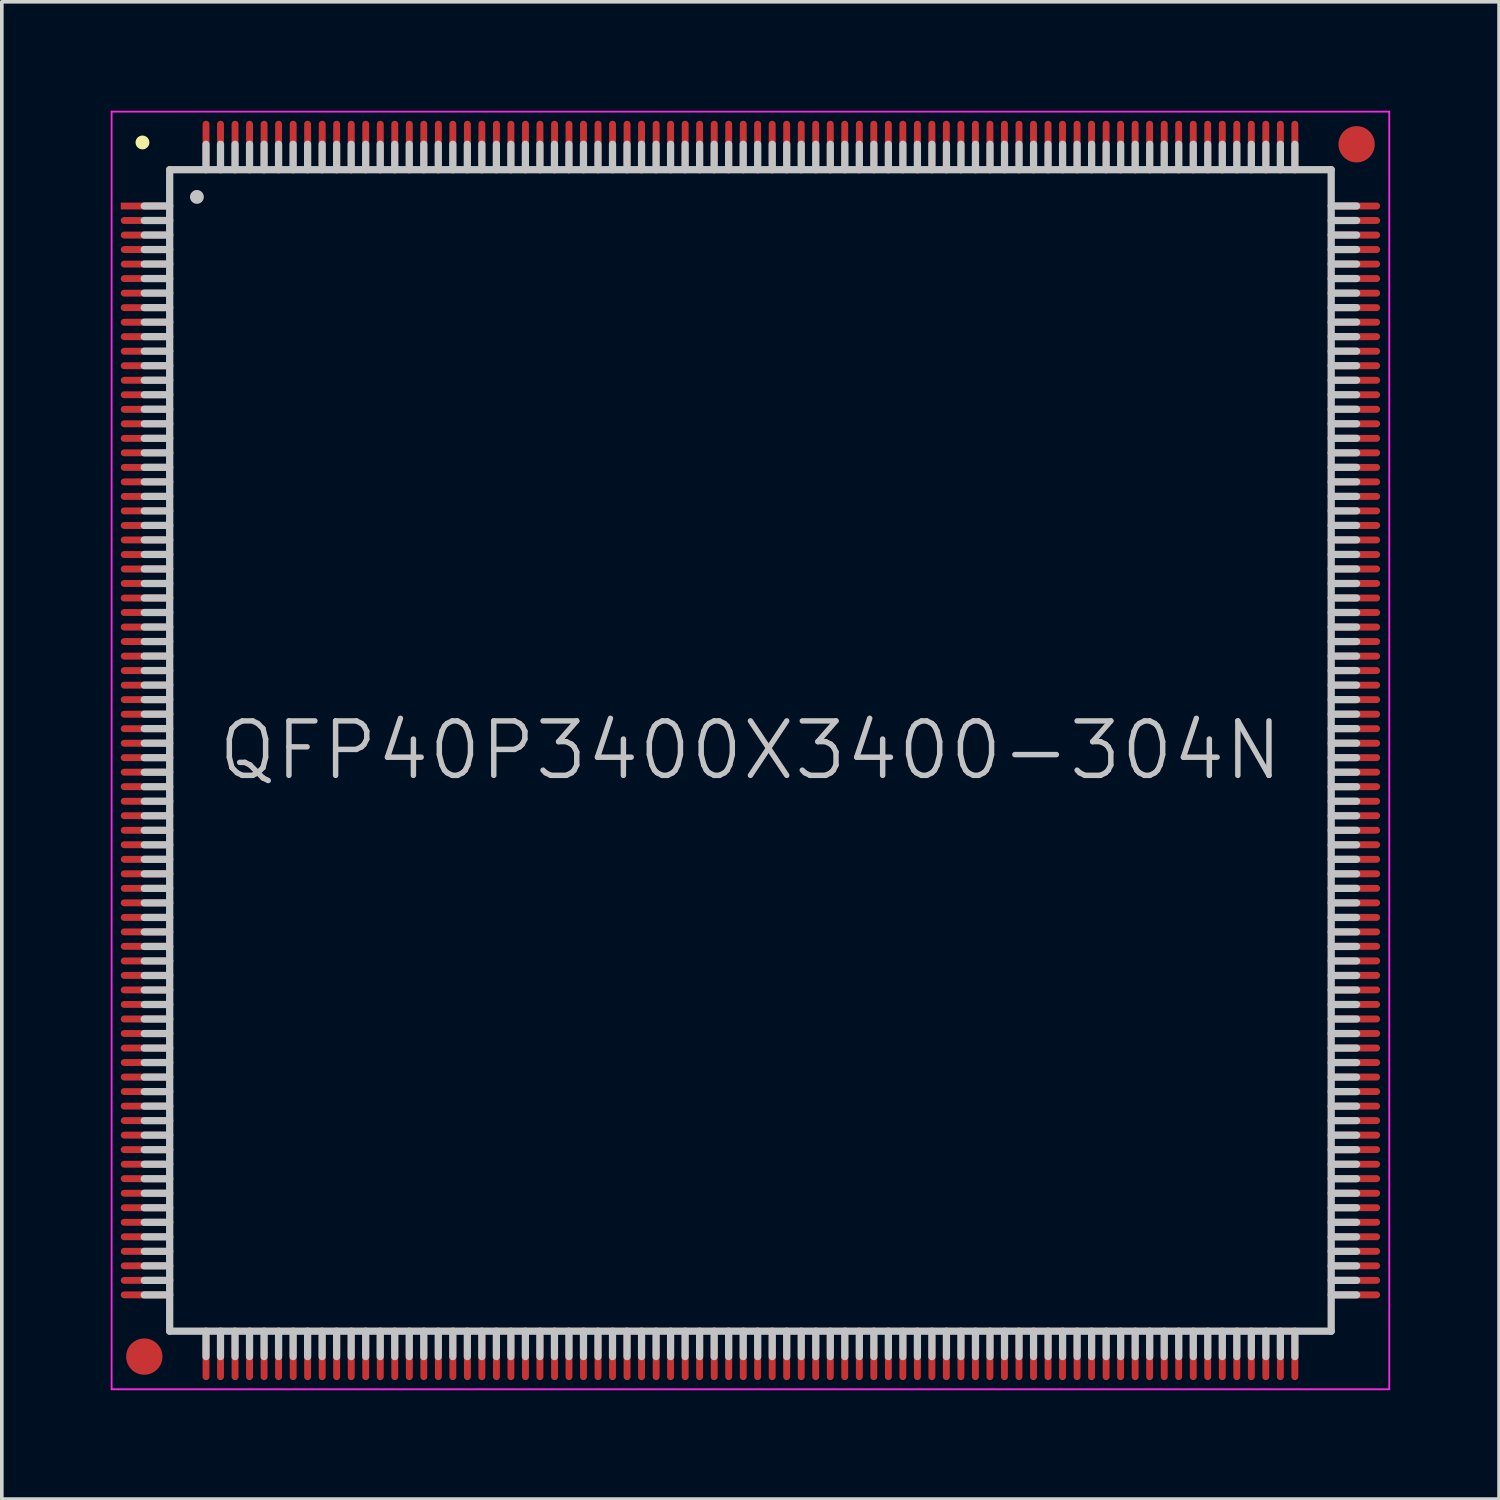
<source format=kicad_pcb>
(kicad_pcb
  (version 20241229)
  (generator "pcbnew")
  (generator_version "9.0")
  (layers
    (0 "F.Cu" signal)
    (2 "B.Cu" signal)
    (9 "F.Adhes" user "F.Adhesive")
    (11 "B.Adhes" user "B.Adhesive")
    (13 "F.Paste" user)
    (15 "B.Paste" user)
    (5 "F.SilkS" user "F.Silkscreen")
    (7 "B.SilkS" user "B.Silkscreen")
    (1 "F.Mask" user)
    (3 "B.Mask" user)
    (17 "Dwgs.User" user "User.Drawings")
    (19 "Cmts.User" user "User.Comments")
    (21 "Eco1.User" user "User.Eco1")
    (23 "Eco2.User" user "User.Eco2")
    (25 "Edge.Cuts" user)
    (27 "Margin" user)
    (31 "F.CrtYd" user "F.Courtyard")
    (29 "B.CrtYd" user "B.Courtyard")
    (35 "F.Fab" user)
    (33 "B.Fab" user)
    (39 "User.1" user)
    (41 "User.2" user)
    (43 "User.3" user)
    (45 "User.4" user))
  (footprint "QFP40P3400X3400-304N"
    (layer "F.Cu")
    (at 17.625 17.625)
    (property "Reference" "QFP40P3400X3400-304N" (at 0 0 0) (layer "Dwgs.User") (effects (font (size 1.5 1.5) (thickness 0.15))))
    (attr smd)
    (fp_line (start -16.75 -16.75) (end -16.75 -16.75) (stroke (width 0.381) (type solid)) (layer "F.SilkS"))
    (fp_line (start -16 -16) (end -16 16) (stroke (width 0.2) (type solid)) (layer "Dwgs.User"))
    (fp_line (start -16 -16) (end 16 -16) (stroke (width 0.2) (type solid)) (layer "Dwgs.User"))
    (fp_line (start -16 -15) (end -16.7 -15) (stroke (width 0.2) (type solid)) (layer "Dwgs.User"))
    (fp_line (start -16 -14.6) (end -16.7 -14.6) (stroke (width 0.2) (type solid)) (layer "Dwgs.User"))
    (fp_line (start -16 -14.2) (end -16.7 -14.2) (stroke (width 0.2) (type solid)) (layer "Dwgs.User"))
    (fp_line (start -16 -13.8) (end -16.7 -13.8) (stroke (width 0.2) (type solid)) (layer "Dwgs.User"))
    (fp_line (start -16 -13.4) (end -16.7 -13.4) (stroke (width 0.2) (type solid)) (layer "Dwgs.User"))
    (fp_line (start -16 -13) (end -16.7 -13) (stroke (width 0.2) (type solid)) (layer "Dwgs.User"))
    (fp_line (start -16 -12.6) (end -16.7 -12.6) (stroke (width 0.2) (type solid)) (layer "Dwgs.User"))
    (fp_line (start -16 -12.2) (end -16.7 -12.2) (stroke (width 0.2) (type solid)) (layer "Dwgs.User"))
    (fp_line (start -16 -11.8) (end -16.7 -11.8) (stroke (width 0.2) (type solid)) (layer "Dwgs.User"))
    (fp_line (start -16 -11.4) (end -16.7 -11.4) (stroke (width 0.2) (type solid)) (layer "Dwgs.User"))
    (fp_line (start -16 -11) (end -16.7 -11) (stroke (width 0.2) (type solid)) (layer "Dwgs.User"))
    (fp_line (start -16 -10.6) (end -16.7 -10.6) (stroke (width 0.2) (type solid)) (layer "Dwgs.User"))
    (fp_line (start -16 -10.2) (end -16.7 -10.2) (stroke (width 0.2) (type solid)) (layer "Dwgs.User"))
    (fp_line (start -16 -9.8) (end -16.7 -9.8) (stroke (width 0.2) (type solid)) (layer "Dwgs.User"))
    (fp_line (start -16 -9.4) (end -16.7 -9.4) (stroke (width 0.2) (type solid)) (layer "Dwgs.User"))
    (fp_line (start -16 -9) (end -16.7 -9) (stroke (width 0.2) (type solid)) (layer "Dwgs.User"))
    (fp_line (start -16 -8.6) (end -16.7 -8.6) (stroke (width 0.2) (type solid)) (layer "Dwgs.User"))
    (fp_line (start -16 -8.2) (end -16.7 -8.2) (stroke (width 0.2) (type solid)) (layer "Dwgs.User"))
    (fp_line (start -16 -7.8) (end -16.7 -7.8) (stroke (width 0.2) (type solid)) (layer "Dwgs.User"))
    (fp_line (start -16 -7.4) (end -16.7 -7.4) (stroke (width 0.2) (type solid)) (layer "Dwgs.User"))
    (fp_line (start -16 -7) (end -16.7 -7) (stroke (width 0.2) (type solid)) (layer "Dwgs.User"))
    (fp_line (start -16 -6.6) (end -16.7 -6.6) (stroke (width 0.2) (type solid)) (layer "Dwgs.User"))
    (fp_line (start -16 -6.2) (end -16.7 -6.2) (stroke (width 0.2) (type solid)) (layer "Dwgs.User"))
    (fp_line (start -16 -5.8) (end -16.7 -5.8) (stroke (width 0.2) (type solid)) (layer "Dwgs.User"))
    (fp_line (start -16 -5.4) (end -16.7 -5.4) (stroke (width 0.2) (type solid)) (layer "Dwgs.User"))
    (fp_line (start -16 -5) (end -16.7 -5) (stroke (width 0.2) (type solid)) (layer "Dwgs.User"))
    (fp_line (start -16 -4.6) (end -16.7 -4.6) (stroke (width 0.2) (type solid)) (layer "Dwgs.User"))
    (fp_line (start -16 -4.2) (end -16.7 -4.2) (stroke (width 0.2) (type solid)) (layer "Dwgs.User"))
    (fp_line (start -16 -3.8) (end -16.7 -3.8) (stroke (width 0.2) (type solid)) (layer "Dwgs.User"))
    (fp_line (start -16 -3.4) (end -16.7 -3.4) (stroke (width 0.2) (type solid)) (layer "Dwgs.User"))
    (fp_line (start -16 -3) (end -16.7 -3) (stroke (width 0.2) (type solid)) (layer "Dwgs.User"))
    (fp_line (start -16 -2.6) (end -16.7 -2.6) (stroke (width 0.2) (type solid)) (layer "Dwgs.User"))
    (fp_line (start -16 -2.2) (end -16.7 -2.2) (stroke (width 0.2) (type solid)) (layer "Dwgs.User"))
    (fp_line (start -16 -1.8) (end -16.7 -1.8) (stroke (width 0.2) (type solid)) (layer "Dwgs.User"))
    (fp_line (start -16 -1.4) (end -16.7 -1.4) (stroke (width 0.2) (type solid)) (layer "Dwgs.User"))
    (fp_line (start -16 -1) (end -16.7 -1) (stroke (width 0.2) (type solid)) (layer "Dwgs.User"))
    (fp_line (start -16 -0.6) (end -16.7 -0.6) (stroke (width 0.2) (type solid)) (layer "Dwgs.User"))
    (fp_line (start -16 -0.2) (end -16.7 -0.2) (stroke (width 0.2) (type solid)) (layer "Dwgs.User"))
    (fp_line (start -16 0.2) (end -16.7 0.2) (stroke (width 0.2) (type solid)) (layer "Dwgs.User"))
    (fp_line (start -16 0.6) (end -16.7 0.6) (stroke (width 0.2) (type solid)) (layer "Dwgs.User"))
    (fp_line (start -16 1) (end -16.7 1) (stroke (width 0.2) (type solid)) (layer "Dwgs.User"))
    (fp_line (start -16 1.4) (end -16.7 1.4) (stroke (width 0.2) (type solid)) (layer "Dwgs.User"))
    (fp_line (start -16 1.8) (end -16.7 1.8) (stroke (width 0.2) (type solid)) (layer "Dwgs.User"))
    (fp_line (start -16 2.2) (end -16.7 2.2) (stroke (width 0.2) (type solid)) (layer "Dwgs.User"))
    (fp_line (start -16 2.6) (end -16.7 2.6) (stroke (width 0.2) (type solid)) (layer "Dwgs.User"))
    (fp_line (start -16 3) (end -16.7 3) (stroke (width 0.2) (type solid)) (layer "Dwgs.User"))
    (fp_line (start -16 3.4) (end -16.7 3.4) (stroke (width 0.2) (type solid)) (layer "Dwgs.User"))
    (fp_line (start -16 3.8) (end -16.7 3.8) (stroke (width 0.2) (type solid)) (layer "Dwgs.User"))
    (fp_line (start -16 4.2) (end -16.7 4.2) (stroke (width 0.2) (type solid)) (layer "Dwgs.User"))
    (fp_line (start -16 4.6) (end -16.7 4.6) (stroke (width 0.2) (type solid)) (layer "Dwgs.User"))
    (fp_line (start -16 5) (end -16.7 5) (stroke (width 0.2) (type solid)) (layer "Dwgs.User"))
    (fp_line (start -16 5.4) (end -16.7 5.4) (stroke (width 0.2) (type solid)) (layer "Dwgs.User"))
    (fp_line (start -16 5.8) (end -16.7 5.8) (stroke (width 0.2) (type solid)) (layer "Dwgs.User"))
    (fp_line (start -16 6.2) (end -16.7 6.2) (stroke (width 0.2) (type solid)) (layer "Dwgs.User"))
    (fp_line (start -16 6.6) (end -16.7 6.6) (stroke (width 0.2) (type solid)) (layer "Dwgs.User"))
    (fp_line (start -16 7) (end -16.7 7) (stroke (width 0.2) (type solid)) (layer "Dwgs.User"))
    (fp_line (start -16 7.4) (end -16.7 7.4) (stroke (width 0.2) (type solid)) (layer "Dwgs.User"))
    (fp_line (start -16 7.8) (end -16.7 7.8) (stroke (width 0.2) (type solid)) (layer "Dwgs.User"))
    (fp_line (start -16 8.2) (end -16.7 8.2) (stroke (width 0.2) (type solid)) (layer "Dwgs.User"))
    (fp_line (start -16 8.6) (end -16.7 8.6) (stroke (width 0.2) (type solid)) (layer "Dwgs.User"))
    (fp_line (start -16 9) (end -16.7 9) (stroke (width 0.2) (type solid)) (layer "Dwgs.User"))
    (fp_line (start -16 9.4) (end -16.7 9.4) (stroke (width 0.2) (type solid)) (layer "Dwgs.User"))
    (fp_line (start -16 9.8) (end -16.7 9.8) (stroke (width 0.2) (type solid)) (layer "Dwgs.User"))
    (fp_line (start -16 10.2) (end -16.7 10.2) (stroke (width 0.2) (type solid)) (layer "Dwgs.User"))
    (fp_line (start -16 10.6) (end -16.7 10.6) (stroke (width 0.2) (type solid)) (layer "Dwgs.User"))
    (fp_line (start -16 11) (end -16.7 11) (stroke (width 0.2) (type solid)) (layer "Dwgs.User"))
    (fp_line (start -16 11.4) (end -16.7 11.4) (stroke (width 0.2) (type solid)) (layer "Dwgs.User"))
    (fp_line (start -16 11.8) (end -16.7 11.8) (stroke (width 0.2) (type solid)) (layer "Dwgs.User"))
    (fp_line (start -16 12.2) (end -16.7 12.2) (stroke (width 0.2) (type solid)) (layer "Dwgs.User"))
    (fp_line (start -16 12.6) (end -16.7 12.6) (stroke (width 0.2) (type solid)) (layer "Dwgs.User"))
    (fp_line (start -16 13) (end -16.7 13) (stroke (width 0.2) (type solid)) (layer "Dwgs.User"))
    (fp_line (start -16 13.4) (end -16.7 13.4) (stroke (width 0.2) (type solid)) (layer "Dwgs.User"))
    (fp_line (start -16 13.8) (end -16.7 13.8) (stroke (width 0.2) (type solid)) (layer "Dwgs.User"))
    (fp_line (start -16 14.2) (end -16.7 14.2) (stroke (width 0.2) (type solid)) (layer "Dwgs.User"))
    (fp_line (start -16 14.6) (end -16.7 14.6) (stroke (width 0.2) (type solid)) (layer "Dwgs.User"))
    (fp_line (start -16 15) (end -16.7 15) (stroke (width 0.2) (type solid)) (layer "Dwgs.User"))
    (fp_line (start -16 16) (end 16 16) (stroke (width 0.2) (type solid)) (layer "Dwgs.User"))
    (fp_line (start -15.25 -15.25) (end -15.25 -15.25) (stroke (width 0.381) (type solid)) (layer "Dwgs.User"))
    (fp_line (start -15 -16) (end -15 -16.7) (stroke (width 0.2) (type solid)) (layer "Dwgs.User"))
    (fp_line (start -15 16.7) (end -15 16) (stroke (width 0.2) (type solid)) (layer "Dwgs.User"))
    (fp_line (start -14.6 -16) (end -14.6 -16.7) (stroke (width 0.2) (type solid)) (layer "Dwgs.User"))
    (fp_line (start -14.6 16.7) (end -14.6 16) (stroke (width 0.2) (type solid)) (layer "Dwgs.User"))
    (fp_line (start -14.2 -16) (end -14.2 -16.7) (stroke (width 0.2) (type solid)) (layer "Dwgs.User"))
    (fp_line (start -14.2 16.7) (end -14.2 16) (stroke (width 0.2) (type solid)) (layer "Dwgs.User"))
    (fp_line (start -13.8 -16) (end -13.8 -16.7) (stroke (width 0.2) (type solid)) (layer "Dwgs.User"))
    (fp_line (start -13.8 16.7) (end -13.8 16) (stroke (width 0.2) (type solid)) (layer "Dwgs.User"))
    (fp_line (start -13.4 -16) (end -13.4 -16.7) (stroke (width 0.2) (type solid)) (layer "Dwgs.User"))
    (fp_line (start -13.4 16.7) (end -13.4 16) (stroke (width 0.2) (type solid)) (layer "Dwgs.User"))
    (fp_line (start -13 -16) (end -13 -16.7) (stroke (width 0.2) (type solid)) (layer "Dwgs.User"))
    (fp_line (start -13 16.7) (end -13 16) (stroke (width 0.2) (type solid)) (layer "Dwgs.User"))
    (fp_line (start -12.6 -16) (end -12.6 -16.7) (stroke (width 0.2) (type solid)) (layer "Dwgs.User"))
    (fp_line (start -12.6 16.7) (end -12.6 16) (stroke (width 0.2) (type solid)) (layer "Dwgs.User"))
    (fp_line (start -12.2 -16) (end -12.2 -16.7) (stroke (width 0.2) (type solid)) (layer "Dwgs.User"))
    (fp_line (start -12.2 16.7) (end -12.2 16) (stroke (width 0.2) (type solid)) (layer "Dwgs.User"))
    (fp_line (start -11.8 -16) (end -11.8 -16.7) (stroke (width 0.2) (type solid)) (layer "Dwgs.User"))
    (fp_line (start -11.8 16.7) (end -11.8 16) (stroke (width 0.2) (type solid)) (layer "Dwgs.User"))
    (fp_line (start -11.4 -16) (end -11.4 -16.7) (stroke (width 0.2) (type solid)) (layer "Dwgs.User"))
    (fp_line (start -11.4 16.7) (end -11.4 16) (stroke (width 0.2) (type solid)) (layer "Dwgs.User"))
    (fp_line (start -11 -16) (end -11 -16.7) (stroke (width 0.2) (type solid)) (layer "Dwgs.User"))
    (fp_line (start -11 16.7) (end -11 16) (stroke (width 0.2) (type solid)) (layer "Dwgs.User"))
    (fp_line (start -10.6 -16) (end -10.6 -16.7) (stroke (width 0.2) (type solid)) (layer "Dwgs.User"))
    (fp_line (start -10.6 16.7) (end -10.6 16) (stroke (width 0.2) (type solid)) (layer "Dwgs.User"))
    (fp_line (start -10.2 -16) (end -10.2 -16.7) (stroke (width 0.2) (type solid)) (layer "Dwgs.User"))
    (fp_line (start -10.2 16.7) (end -10.2 16) (stroke (width 0.2) (type solid)) (layer "Dwgs.User"))
    (fp_line (start -9.8 -16) (end -9.8 -16.7) (stroke (width 0.2) (type solid)) (layer "Dwgs.User"))
    (fp_line (start -9.8 16.7) (end -9.8 16) (stroke (width 0.2) (type solid)) (layer "Dwgs.User"))
    (fp_line (start -9.4 -16) (end -9.4 -16.7) (stroke (width 0.2) (type solid)) (layer "Dwgs.User"))
    (fp_line (start -9.4 16.7) (end -9.4 16) (stroke (width 0.2) (type solid)) (layer "Dwgs.User"))
    (fp_line (start -9 -16) (end -9 -16.7) (stroke (width 0.2) (type solid)) (layer "Dwgs.User"))
    (fp_line (start -9 16.7) (end -9 16) (stroke (width 0.2) (type solid)) (layer "Dwgs.User"))
    (fp_line (start -8.6 -16) (end -8.6 -16.7) (stroke (width 0.2) (type solid)) (layer "Dwgs.User"))
    (fp_line (start -8.6 16.7) (end -8.6 16) (stroke (width 0.2) (type solid)) (layer "Dwgs.User"))
    (fp_line (start -8.2 -16) (end -8.2 -16.7) (stroke (width 0.2) (type solid)) (layer "Dwgs.User"))
    (fp_line (start -8.2 16.7) (end -8.2 16) (stroke (width 0.2) (type solid)) (layer "Dwgs.User"))
    (fp_line (start -7.8 -16) (end -7.8 -16.7) (stroke (width 0.2) (type solid)) (layer "Dwgs.User"))
    (fp_line (start -7.8 16.7) (end -7.8 16) (stroke (width 0.2) (type solid)) (layer "Dwgs.User"))
    (fp_line (start -7.4 -16) (end -7.4 -16.7) (stroke (width 0.2) (type solid)) (layer "Dwgs.User"))
    (fp_line (start -7.4 16.7) (end -7.4 16) (stroke (width 0.2) (type solid)) (layer "Dwgs.User"))
    (fp_line (start -7 -16) (end -7 -16.7) (stroke (width 0.2) (type solid)) (layer "Dwgs.User"))
    (fp_line (start -7 16.7) (end -7 16) (stroke (width 0.2) (type solid)) (layer "Dwgs.User"))
    (fp_line (start -6.6 -16) (end -6.6 -16.7) (stroke (width 0.2) (type solid)) (layer "Dwgs.User"))
    (fp_line (start -6.6 16.7) (end -6.6 16) (stroke (width 0.2) (type solid)) (layer "Dwgs.User"))
    (fp_line (start -6.2 -16) (end -6.2 -16.7) (stroke (width 0.2) (type solid)) (layer "Dwgs.User"))
    (fp_line (start -6.2 16.7) (end -6.2 16) (stroke (width 0.2) (type solid)) (layer "Dwgs.User"))
    (fp_line (start -5.8 -16) (end -5.8 -16.7) (stroke (width 0.2) (type solid)) (layer "Dwgs.User"))
    (fp_line (start -5.8 16.7) (end -5.8 16) (stroke (width 0.2) (type solid)) (layer "Dwgs.User"))
    (fp_line (start -5.4 -16) (end -5.4 -16.7) (stroke (width 0.2) (type solid)) (layer "Dwgs.User"))
    (fp_line (start -5.4 16.7) (end -5.4 16) (stroke (width 0.2) (type solid)) (layer "Dwgs.User"))
    (fp_line (start -5 -16) (end -5 -16.7) (stroke (width 0.2) (type solid)) (layer "Dwgs.User"))
    (fp_line (start -5 16.7) (end -5 16) (stroke (width 0.2) (type solid)) (layer "Dwgs.User"))
    (fp_line (start -4.6 -16) (end -4.6 -16.7) (stroke (width 0.2) (type solid)) (layer "Dwgs.User"))
    (fp_line (start -4.6 16.7) (end -4.6 16) (stroke (width 0.2) (type solid)) (layer "Dwgs.User"))
    (fp_line (start -4.2 -16) (end -4.2 -16.7) (stroke (width 0.2) (type solid)) (layer "Dwgs.User"))
    (fp_line (start -4.2 16.7) (end -4.2 16) (stroke (width 0.2) (type solid)) (layer "Dwgs.User"))
    (fp_line (start -3.8 -16) (end -3.8 -16.7) (stroke (width 0.2) (type solid)) (layer "Dwgs.User"))
    (fp_line (start -3.8 16.7) (end -3.8 16) (stroke (width 0.2) (type solid)) (layer "Dwgs.User"))
    (fp_line (start -3.4 -16) (end -3.4 -16.7) (stroke (width 0.2) (type solid)) (layer "Dwgs.User"))
    (fp_line (start -3.4 16.7) (end -3.4 16) (stroke (width 0.2) (type solid)) (layer "Dwgs.User"))
    (fp_line (start -3 -16) (end -3 -16.7) (stroke (width 0.2) (type solid)) (layer "Dwgs.User"))
    (fp_line (start -3 16.7) (end -3 16) (stroke (width 0.2) (type solid)) (layer "Dwgs.User"))
    (fp_line (start -2.6 -16) (end -2.6 -16.7) (stroke (width 0.2) (type solid)) (layer "Dwgs.User"))
    (fp_line (start -2.6 16.7) (end -2.6 16) (stroke (width 0.2) (type solid)) (layer "Dwgs.User"))
    (fp_line (start -2.2 -16) (end -2.2 -16.7) (stroke (width 0.2) (type solid)) (layer "Dwgs.User"))
    (fp_line (start -2.2 16.7) (end -2.2 16) (stroke (width 0.2) (type solid)) (layer "Dwgs.User"))
    (fp_line (start -1.8 -16) (end -1.8 -16.7) (stroke (width 0.2) (type solid)) (layer "Dwgs.User"))
    (fp_line (start -1.8 16.7) (end -1.8 16) (stroke (width 0.2) (type solid)) (layer "Dwgs.User"))
    (fp_line (start -1.4 -16) (end -1.4 -16.7) (stroke (width 0.2) (type solid)) (layer "Dwgs.User"))
    (fp_line (start -1.4 16.7) (end -1.4 16) (stroke (width 0.2) (type solid)) (layer "Dwgs.User"))
    (fp_line (start -1 -16) (end -1 -16.7) (stroke (width 0.2) (type solid)) (layer "Dwgs.User"))
    (fp_line (start -1 16.7) (end -1 16) (stroke (width 0.2) (type solid)) (layer "Dwgs.User"))
    (fp_line (start -0.6 -16) (end -0.6 -16.7) (stroke (width 0.2) (type solid)) (layer "Dwgs.User"))
    (fp_line (start -0.6 16.7) (end -0.6 16) (stroke (width 0.2) (type solid)) (layer "Dwgs.User"))
    (fp_line (start -0.2 -16) (end -0.2 -16.7) (stroke (width 0.2) (type solid)) (layer "Dwgs.User"))
    (fp_line (start -0.2 16.7) (end -0.2 16) (stroke (width 0.2) (type solid)) (layer "Dwgs.User"))
    (fp_line (start 0.2 -16) (end 0.2 -16.7) (stroke (width 0.2) (type solid)) (layer "Dwgs.User"))
    (fp_line (start 0.2 16.7) (end 0.2 16) (stroke (width 0.2) (type solid)) (layer "Dwgs.User"))
    (fp_line (start 0.6 -16) (end 0.6 -16.7) (stroke (width 0.2) (type solid)) (layer "Dwgs.User"))
    (fp_line (start 0.6 16.7) (end 0.6 16) (stroke (width 0.2) (type solid)) (layer "Dwgs.User"))
    (fp_line (start 1 -16) (end 1 -16.7) (stroke (width 0.2) (type solid)) (layer "Dwgs.User"))
    (fp_line (start 1 16.7) (end 1 16) (stroke (width 0.2) (type solid)) (layer "Dwgs.User"))
    (fp_line (start 1.4 -16) (end 1.4 -16.7) (stroke (width 0.2) (type solid)) (layer "Dwgs.User"))
    (fp_line (start 1.4 16.7) (end 1.4 16) (stroke (width 0.2) (type solid)) (layer "Dwgs.User"))
    (fp_line (start 1.8 -16) (end 1.8 -16.7) (stroke (width 0.2) (type solid)) (layer "Dwgs.User"))
    (fp_line (start 1.8 16.7) (end 1.8 16) (stroke (width 0.2) (type solid)) (layer "Dwgs.User"))
    (fp_line (start 2.2 -16) (end 2.2 -16.7) (stroke (width 0.2) (type solid)) (layer "Dwgs.User"))
    (fp_line (start 2.2 16.7) (end 2.2 16) (stroke (width 0.2) (type solid)) (layer "Dwgs.User"))
    (fp_line (start 2.6 -16) (end 2.6 -16.7) (stroke (width 0.2) (type solid)) (layer "Dwgs.User"))
    (fp_line (start 2.6 16.7) (end 2.6 16) (stroke (width 0.2) (type solid)) (layer "Dwgs.User"))
    (fp_line (start 3 -16) (end 3 -16.7) (stroke (width 0.2) (type solid)) (layer "Dwgs.User"))
    (fp_line (start 3 16.7) (end 3 16) (stroke (width 0.2) (type solid)) (layer "Dwgs.User"))
    (fp_line (start 3.4 -16) (end 3.4 -16.7) (stroke (width 0.2) (type solid)) (layer "Dwgs.User"))
    (fp_line (start 3.4 16.7) (end 3.4 16) (stroke (width 0.2) (type solid)) (layer "Dwgs.User"))
    (fp_line (start 3.8 -16) (end 3.8 -16.7) (stroke (width 0.2) (type solid)) (layer "Dwgs.User"))
    (fp_line (start 3.8 16.7) (end 3.8 16) (stroke (width 0.2) (type solid)) (layer "Dwgs.User"))
    (fp_line (start 4.2 -16) (end 4.2 -16.7) (stroke (width 0.2) (type solid)) (layer "Dwgs.User"))
    (fp_line (start 4.2 16.7) (end 4.2 16) (stroke (width 0.2) (type solid)) (layer "Dwgs.User"))
    (fp_line (start 4.6 -16) (end 4.6 -16.7) (stroke (width 0.2) (type solid)) (layer "Dwgs.User"))
    (fp_line (start 4.6 16.7) (end 4.6 16) (stroke (width 0.2) (type solid)) (layer "Dwgs.User"))
    (fp_line (start 5 -16) (end 5 -16.7) (stroke (width 0.2) (type solid)) (layer "Dwgs.User"))
    (fp_line (start 5 16.7) (end 5 16) (stroke (width 0.2) (type solid)) (layer "Dwgs.User"))
    (fp_line (start 5.4 -16) (end 5.4 -16.7) (stroke (width 0.2) (type solid)) (layer "Dwgs.User"))
    (fp_line (start 5.4 16.7) (end 5.4 16) (stroke (width 0.2) (type solid)) (layer "Dwgs.User"))
    (fp_line (start 5.8 -16) (end 5.8 -16.7) (stroke (width 0.2) (type solid)) (layer "Dwgs.User"))
    (fp_line (start 5.8 16.7) (end 5.8 16) (stroke (width 0.2) (type solid)) (layer "Dwgs.User"))
    (fp_line (start 6.2 -16) (end 6.2 -16.7) (stroke (width 0.2) (type solid)) (layer "Dwgs.User"))
    (fp_line (start 6.2 16.7) (end 6.2 16) (stroke (width 0.2) (type solid)) (layer "Dwgs.User"))
    (fp_line (start 6.6 -16) (end 6.6 -16.7) (stroke (width 0.2) (type solid)) (layer "Dwgs.User"))
    (fp_line (start 6.6 16.7) (end 6.6 16) (stroke (width 0.2) (type solid)) (layer "Dwgs.User"))
    (fp_line (start 7 -16) (end 7 -16.7) (stroke (width 0.2) (type solid)) (layer "Dwgs.User"))
    (fp_line (start 7 16.7) (end 7 16) (stroke (width 0.2) (type solid)) (layer "Dwgs.User"))
    (fp_line (start 7.4 -16) (end 7.4 -16.7) (stroke (width 0.2) (type solid)) (layer "Dwgs.User"))
    (fp_line (start 7.4 16.7) (end 7.4 16) (stroke (width 0.2) (type solid)) (layer "Dwgs.User"))
    (fp_line (start 7.8 -16) (end 7.8 -16.7) (stroke (width 0.2) (type solid)) (layer "Dwgs.User"))
    (fp_line (start 7.8 16.7) (end 7.8 16) (stroke (width 0.2) (type solid)) (layer "Dwgs.User"))
    (fp_line (start 8.2 -16) (end 8.2 -16.7) (stroke (width 0.2) (type solid)) (layer "Dwgs.User"))
    (fp_line (start 8.2 16.7) (end 8.2 16) (stroke (width 0.2) (type solid)) (layer "Dwgs.User"))
    (fp_line (start 8.6 -16) (end 8.6 -16.7) (stroke (width 0.2) (type solid)) (layer "Dwgs.User"))
    (fp_line (start 8.6 16.7) (end 8.6 16) (stroke (width 0.2) (type solid)) (layer "Dwgs.User"))
    (fp_line (start 9 -16) (end 9 -16.7) (stroke (width 0.2) (type solid)) (layer "Dwgs.User"))
    (fp_line (start 9 16.7) (end 9 16) (stroke (width 0.2) (type solid)) (layer "Dwgs.User"))
    (fp_line (start 9.4 -16) (end 9.4 -16.7) (stroke (width 0.2) (type solid)) (layer "Dwgs.User"))
    (fp_line (start 9.4 16.7) (end 9.4 16) (stroke (width 0.2) (type solid)) (layer "Dwgs.User"))
    (fp_line (start 9.8 -16) (end 9.8 -16.7) (stroke (width 0.2) (type solid)) (layer "Dwgs.User"))
    (fp_line (start 9.8 16.7) (end 9.8 16) (stroke (width 0.2) (type solid)) (layer "Dwgs.User"))
    (fp_line (start 10.2 -16) (end 10.2 -16.7) (stroke (width 0.2) (type solid)) (layer "Dwgs.User"))
    (fp_line (start 10.2 16.7) (end 10.2 16) (stroke (width 0.2) (type solid)) (layer "Dwgs.User"))
    (fp_line (start 10.6 -16) (end 10.6 -16.7) (stroke (width 0.2) (type solid)) (layer "Dwgs.User"))
    (fp_line (start 10.6 16.7) (end 10.6 16) (stroke (width 0.2) (type solid)) (layer "Dwgs.User"))
    (fp_line (start 11 -16) (end 11 -16.7) (stroke (width 0.2) (type solid)) (layer "Dwgs.User"))
    (fp_line (start 11 16.7) (end 11 16) (stroke (width 0.2) (type solid)) (layer "Dwgs.User"))
    (fp_line (start 11.4 -16) (end 11.4 -16.7) (stroke (width 0.2) (type solid)) (layer "Dwgs.User"))
    (fp_line (start 11.4 16.7) (end 11.4 16) (stroke (width 0.2) (type solid)) (layer "Dwgs.User"))
    (fp_line (start 11.8 -16) (end 11.8 -16.7) (stroke (width 0.2) (type solid)) (layer "Dwgs.User"))
    (fp_line (start 11.8 16.7) (end 11.8 16) (stroke (width 0.2) (type solid)) (layer "Dwgs.User"))
    (fp_line (start 12.2 -16) (end 12.2 -16.7) (stroke (width 0.2) (type solid)) (layer "Dwgs.User"))
    (fp_line (start 12.2 16.7) (end 12.2 16) (stroke (width 0.2) (type solid)) (layer "Dwgs.User"))
    (fp_line (start 12.6 -16) (end 12.6 -16.7) (stroke (width 0.2) (type solid)) (layer "Dwgs.User"))
    (fp_line (start 12.6 16.7) (end 12.6 16) (stroke (width 0.2) (type solid)) (layer "Dwgs.User"))
    (fp_line (start 13 -16) (end 13 -16.7) (stroke (width 0.2) (type solid)) (layer "Dwgs.User"))
    (fp_line (start 13 16.7) (end 13 16) (stroke (width 0.2) (type solid)) (layer "Dwgs.User"))
    (fp_line (start 13.4 -16) (end 13.4 -16.7) (stroke (width 0.2) (type solid)) (layer "Dwgs.User"))
    (fp_line (start 13.4 16.7) (end 13.4 16) (stroke (width 0.2) (type solid)) (layer "Dwgs.User"))
    (fp_line (start 13.8 -16) (end 13.8 -16.7) (stroke (width 0.2) (type solid)) (layer "Dwgs.User"))
    (fp_line (start 13.8 16.7) (end 13.8 16) (stroke (width 0.2) (type solid)) (layer "Dwgs.User"))
    (fp_line (start 14.2 -16) (end 14.2 -16.7) (stroke (width 0.2) (type solid)) (layer "Dwgs.User"))
    (fp_line (start 14.2 16.7) (end 14.2 16) (stroke (width 0.2) (type solid)) (layer "Dwgs.User"))
    (fp_line (start 14.6 -16) (end 14.6 -16.7) (stroke (width 0.2) (type solid)) (layer "Dwgs.User"))
    (fp_line (start 14.6 16.7) (end 14.6 16) (stroke (width 0.2) (type solid)) (layer "Dwgs.User"))
    (fp_line (start 15 -16) (end 15 -16.7) (stroke (width 0.2) (type solid)) (layer "Dwgs.User"))
    (fp_line (start 15 16.7) (end 15 16) (stroke (width 0.2) (type solid)) (layer "Dwgs.User"))
    (fp_line (start 16 -16) (end 16 16) (stroke (width 0.2) (type solid)) (layer "Dwgs.User"))
    (fp_line (start 16.7 -15) (end 16 -15) (stroke (width 0.2) (type solid)) (layer "Dwgs.User"))
    (fp_line (start 16.7 -14.6) (end 16 -14.6) (stroke (width 0.2) (type solid)) (layer "Dwgs.User"))
    (fp_line (start 16.7 -14.2) (end 16 -14.2) (stroke (width 0.2) (type solid)) (layer "Dwgs.User"))
    (fp_line (start 16.7 -13.8) (end 16 -13.8) (stroke (width 0.2) (type solid)) (layer "Dwgs.User"))
    (fp_line (start 16.7 -13.4) (end 16 -13.4) (stroke (width 0.2) (type solid)) (layer "Dwgs.User"))
    (fp_line (start 16.7 -13) (end 16 -13) (stroke (width 0.2) (type solid)) (layer "Dwgs.User"))
    (fp_line (start 16.7 -12.6) (end 16 -12.6) (stroke (width 0.2) (type solid)) (layer "Dwgs.User"))
    (fp_line (start 16.7 -12.2) (end 16 -12.2) (stroke (width 0.2) (type solid)) (layer "Dwgs.User"))
    (fp_line (start 16.7 -11.8) (end 16 -11.8) (stroke (width 0.2) (type solid)) (layer "Dwgs.User"))
    (fp_line (start 16.7 -11.4) (end 16 -11.4) (stroke (width 0.2) (type solid)) (layer "Dwgs.User"))
    (fp_line (start 16.7 -11) (end 16 -11) (stroke (width 0.2) (type solid)) (layer "Dwgs.User"))
    (fp_line (start 16.7 -10.6) (end 16 -10.6) (stroke (width 0.2) (type solid)) (layer "Dwgs.User"))
    (fp_line (start 16.7 -10.2) (end 16 -10.2) (stroke (width 0.2) (type solid)) (layer "Dwgs.User"))
    (fp_line (start 16.7 -9.8) (end 16 -9.8) (stroke (width 0.2) (type solid)) (layer "Dwgs.User"))
    (fp_line (start 16.7 -9.4) (end 16 -9.4) (stroke (width 0.2) (type solid)) (layer "Dwgs.User"))
    (fp_line (start 16.7 -9) (end 16 -9) (stroke (width 0.2) (type solid)) (layer "Dwgs.User"))
    (fp_line (start 16.7 -8.6) (end 16 -8.6) (stroke (width 0.2) (type solid)) (layer "Dwgs.User"))
    (fp_line (start 16.7 -8.2) (end 16 -8.2) (stroke (width 0.2) (type solid)) (layer "Dwgs.User"))
    (fp_line (start 16.7 -7.8) (end 16 -7.8) (stroke (width 0.2) (type solid)) (layer "Dwgs.User"))
    (fp_line (start 16.7 -7.4) (end 16 -7.4) (stroke (width 0.2) (type solid)) (layer "Dwgs.User"))
    (fp_line (start 16.7 -7) (end 16 -7) (stroke (width 0.2) (type solid)) (layer "Dwgs.User"))
    (fp_line (start 16.7 -6.6) (end 16 -6.6) (stroke (width 0.2) (type solid)) (layer "Dwgs.User"))
    (fp_line (start 16.7 -6.2) (end 16 -6.2) (stroke (width 0.2) (type solid)) (layer "Dwgs.User"))
    (fp_line (start 16.7 -5.8) (end 16 -5.8) (stroke (width 0.2) (type solid)) (layer "Dwgs.User"))
    (fp_line (start 16.7 -5.4) (end 16 -5.4) (stroke (width 0.2) (type solid)) (layer "Dwgs.User"))
    (fp_line (start 16.7 -5) (end 16 -5) (stroke (width 0.2) (type solid)) (layer "Dwgs.User"))
    (fp_line (start 16.7 -4.6) (end 16 -4.6) (stroke (width 0.2) (type solid)) (layer "Dwgs.User"))
    (fp_line (start 16.7 -4.2) (end 16 -4.2) (stroke (width 0.2) (type solid)) (layer "Dwgs.User"))
    (fp_line (start 16.7 -3.8) (end 16 -3.8) (stroke (width 0.2) (type solid)) (layer "Dwgs.User"))
    (fp_line (start 16.7 -3.4) (end 16 -3.4) (stroke (width 0.2) (type solid)) (layer "Dwgs.User"))
    (fp_line (start 16.7 -3) (end 16 -3) (stroke (width 0.2) (type solid)) (layer "Dwgs.User"))
    (fp_line (start 16.7 -2.6) (end 16 -2.6) (stroke (width 0.2) (type solid)) (layer "Dwgs.User"))
    (fp_line (start 16.7 -2.2) (end 16 -2.2) (stroke (width 0.2) (type solid)) (layer "Dwgs.User"))
    (fp_line (start 16.7 -1.8) (end 16 -1.8) (stroke (width 0.2) (type solid)) (layer "Dwgs.User"))
    (fp_line (start 16.7 -1.4) (end 16 -1.4) (stroke (width 0.2) (type solid)) (layer "Dwgs.User"))
    (fp_line (start 16.7 -1) (end 16 -1) (stroke (width 0.2) (type solid)) (layer "Dwgs.User"))
    (fp_line (start 16.7 -0.6) (end 16 -0.6) (stroke (width 0.2) (type solid)) (layer "Dwgs.User"))
    (fp_line (start 16.7 -0.2) (end 16 -0.2) (stroke (width 0.2) (type solid)) (layer "Dwgs.User"))
    (fp_line (start 16.7 0.2) (end 16 0.2) (stroke (width 0.2) (type solid)) (layer "Dwgs.User"))
    (fp_line (start 16.7 0.6) (end 16 0.6) (stroke (width 0.2) (type solid)) (layer "Dwgs.User"))
    (fp_line (start 16.7 1) (end 16 1) (stroke (width 0.2) (type solid)) (layer "Dwgs.User"))
    (fp_line (start 16.7 1.4) (end 16 1.4) (stroke (width 0.2) (type solid)) (layer "Dwgs.User"))
    (fp_line (start 16.7 1.8) (end 16 1.8) (stroke (width 0.2) (type solid)) (layer "Dwgs.User"))
    (fp_line (start 16.7 2.2) (end 16 2.2) (stroke (width 0.2) (type solid)) (layer "Dwgs.User"))
    (fp_line (start 16.7 2.6) (end 16 2.6) (stroke (width 0.2) (type solid)) (layer "Dwgs.User"))
    (fp_line (start 16.7 3) (end 16 3) (stroke (width 0.2) (type solid)) (layer "Dwgs.User"))
    (fp_line (start 16.7 3.4) (end 16 3.4) (stroke (width 0.2) (type solid)) (layer "Dwgs.User"))
    (fp_line (start 16.7 3.8) (end 16 3.8) (stroke (width 0.2) (type solid)) (layer "Dwgs.User"))
    (fp_line (start 16.7 4.2) (end 16 4.2) (stroke (width 0.2) (type solid)) (layer "Dwgs.User"))
    (fp_line (start 16.7 4.6) (end 16 4.6) (stroke (width 0.2) (type solid)) (layer "Dwgs.User"))
    (fp_line (start 16.7 5) (end 16 5) (stroke (width 0.2) (type solid)) (layer "Dwgs.User"))
    (fp_line (start 16.7 5.4) (end 16 5.4) (stroke (width 0.2) (type solid)) (layer "Dwgs.User"))
    (fp_line (start 16.7 5.8) (end 16 5.8) (stroke (width 0.2) (type solid)) (layer "Dwgs.User"))
    (fp_line (start 16.7 6.2) (end 16 6.2) (stroke (width 0.2) (type solid)) (layer "Dwgs.User"))
    (fp_line (start 16.7 6.6) (end 16 6.6) (stroke (width 0.2) (type solid)) (layer "Dwgs.User"))
    (fp_line (start 16.7 7) (end 16 7) (stroke (width 0.2) (type solid)) (layer "Dwgs.User"))
    (fp_line (start 16.7 7.4) (end 16 7.4) (stroke (width 0.2) (type solid)) (layer "Dwgs.User"))
    (fp_line (start 16.7 7.8) (end 16 7.8) (stroke (width 0.2) (type solid)) (layer "Dwgs.User"))
    (fp_line (start 16.7 8.2) (end 16 8.2) (stroke (width 0.2) (type solid)) (layer "Dwgs.User"))
    (fp_line (start 16.7 8.6) (end 16 8.6) (stroke (width 0.2) (type solid)) (layer "Dwgs.User"))
    (fp_line (start 16.7 9) (end 16 9) (stroke (width 0.2) (type solid)) (layer "Dwgs.User"))
    (fp_line (start 16.7 9.4) (end 16 9.4) (stroke (width 0.2) (type solid)) (layer "Dwgs.User"))
    (fp_line (start 16.7 9.8) (end 16 9.8) (stroke (width 0.2) (type solid)) (layer "Dwgs.User"))
    (fp_line (start 16.7 10.2) (end 16 10.2) (stroke (width 0.2) (type solid)) (layer "Dwgs.User"))
    (fp_line (start 16.7 10.6) (end 16 10.6) (stroke (width 0.2) (type solid)) (layer "Dwgs.User"))
    (fp_line (start 16.7 11) (end 16 11) (stroke (width 0.2) (type solid)) (layer "Dwgs.User"))
    (fp_line (start 16.7 11.4) (end 16 11.4) (stroke (width 0.2) (type solid)) (layer "Dwgs.User"))
    (fp_line (start 16.7 11.8) (end 16 11.8) (stroke (width 0.2) (type solid)) (layer "Dwgs.User"))
    (fp_line (start 16.7 12.2) (end 16 12.2) (stroke (width 0.2) (type solid)) (layer "Dwgs.User"))
    (fp_line (start 16.7 12.6) (end 16 12.6) (stroke (width 0.2) (type solid)) (layer "Dwgs.User"))
    (fp_line (start 16.7 13) (end 16 13) (stroke (width 0.2) (type solid)) (layer "Dwgs.User"))
    (fp_line (start 16.7 13.4) (end 16 13.4) (stroke (width 0.2) (type solid)) (layer "Dwgs.User"))
    (fp_line (start 16.7 13.8) (end 16 13.8) (stroke (width 0.2) (type solid)) (layer "Dwgs.User"))
    (fp_line (start 16.7 14.2) (end 16 14.2) (stroke (width 0.2) (type solid)) (layer "Dwgs.User"))
    (fp_line (start 16.7 14.6) (end 16 14.6) (stroke (width 0.2) (type solid)) (layer "Dwgs.User"))
    (fp_line (start 16.7 15) (end 16 15) (stroke (width 0.2) (type solid)) (layer "Dwgs.User"))
    (fp_line (start -17.6 -17.6) (end -17.6 17.6) (stroke (width 0.05) (type solid)) (layer "F.CrtYd"))
    (fp_line (start -17.6 -17.6) (end 17.6 -17.6) (stroke (width 0.05) (type solid)) (layer "F.CrtYd"))
    (fp_line (start -17.6 17.6) (end 17.6 17.6) (stroke (width 0.05) (type solid)) (layer "F.CrtYd"))
    (fp_line (start 17.6 -17.6) (end 17.6 17.6) (stroke (width 0.05) (type solid)) (layer "F.CrtYd"))
    (pad "" smd circle (at -16.7 16.7) (size 1 1) (layers "F.Cu" "F.Mask"))
    (pad "" smd circle (at 16.7 -16.7) (size 1 1) (layers "F.Cu" "F.Mask"))
    (pad "1" smd rect (at -16.698 -14.999 90) (size 0.19 1.3) (layers "F.Cu" "F.Mask" "F.Paste"))
    (pad "2" smd oval (at -16.698 -14.6 90) (size 0.19 1.3) (layers "F.Cu" "F.Mask" "F.Paste"))
    (pad "3" smd oval (at -16.698 -14.199 90) (size 0.19 1.3) (layers "F.Cu" "F.Mask" "F.Paste"))
    (pad "4" smd oval (at -16.698 -13.8 90) (size 0.19 1.3) (layers "F.Cu" "F.Mask" "F.Paste"))
    (pad "5" smd oval (at -16.698 -13.399 90) (size 0.19 1.3) (layers "F.Cu" "F.Mask" "F.Paste"))
    (pad "6" smd oval (at -16.698 -13 90) (size 0.19 1.3) (layers "F.Cu" "F.Mask" "F.Paste"))
    (pad "7" smd oval (at -16.698 -12.598 90) (size 0.19 1.3) (layers "F.Cu" "F.Mask" "F.Paste"))
    (pad "8" smd oval (at -16.698 -12.2 90) (size 0.19 1.3) (layers "F.Cu" "F.Mask" "F.Paste"))
    (pad "9" smd oval (at -16.698 -11.798 90) (size 0.19 1.3) (layers "F.Cu" "F.Mask" "F.Paste"))
    (pad "10" smd oval (at -16.698 -11.4 90) (size 0.19 1.3) (layers "F.Cu" "F.Mask" "F.Paste"))
    (pad "11" smd oval (at -16.698 -10.998 90) (size 0.19 1.3) (layers "F.Cu" "F.Mask" "F.Paste"))
    (pad "12" smd oval (at -16.698 -10.599 90) (size 0.19 1.3) (layers "F.Cu" "F.Mask" "F.Paste"))
    (pad "13" smd oval (at -16.698 -10.198 90) (size 0.19 1.3) (layers "F.Cu" "F.Mask" "F.Paste"))
    (pad "14" smd oval (at -16.698 -9.799 90) (size 0.19 1.3) (layers "F.Cu" "F.Mask" "F.Paste"))
    (pad "15" smd oval (at -16.698 -9.398 90) (size 0.19 1.3) (layers "F.Cu" "F.Mask" "F.Paste"))
    (pad "16" smd oval (at -16.698 -8.999 90) (size 0.19 1.3) (layers "F.Cu" "F.Mask" "F.Paste"))
    (pad "17" smd oval (at -16.698 -8.598 90) (size 0.19 1.3) (layers "F.Cu" "F.Mask" "F.Paste"))
    (pad "18" smd oval (at -16.698 -8.199 90) (size 0.19 1.3) (layers "F.Cu" "F.Mask" "F.Paste"))
    (pad "19" smd oval (at -16.698 -7.798 90) (size 0.19 1.3) (layers "F.Cu" "F.Mask" "F.Paste"))
    (pad "20" smd oval (at -16.698 -7.399 90) (size 0.19 1.3) (layers "F.Cu" "F.Mask" "F.Paste"))
    (pad "21" smd oval (at -16.698 -6.998 90) (size 0.19 1.3) (layers "F.Cu" "F.Mask" "F.Paste"))
    (pad "22" smd oval (at -16.698 -6.599 90) (size 0.19 1.3) (layers "F.Cu" "F.Mask" "F.Paste"))
    (pad "23" smd oval (at -16.698 -6.198 90) (size 0.19 1.3) (layers "F.Cu" "F.Mask" "F.Paste"))
    (pad "24" smd oval (at -16.698 -5.799 90) (size 0.19 1.3) (layers "F.Cu" "F.Mask" "F.Paste"))
    (pad "25" smd oval (at -16.698 -5.397 90) (size 0.19 1.3) (layers "F.Cu" "F.Mask" "F.Paste"))
    (pad "26" smd oval (at -16.698 -4.999 90) (size 0.19 1.3) (layers "F.Cu" "F.Mask" "F.Paste"))
    (pad "27" smd oval (at -16.698 -4.6 90) (size 0.19 1.3) (layers "F.Cu" "F.Mask" "F.Paste"))
    (pad "28" smd oval (at -16.698 -4.199 90) (size 0.19 1.3) (layers "F.Cu" "F.Mask" "F.Paste"))
    (pad "29" smd oval (at -16.698 -3.8 90) (size 0.19 1.3) (layers "F.Cu" "F.Mask" "F.Paste"))
    (pad "30" smd oval (at -16.698 -3.399 90) (size 0.19 1.3) (layers "F.Cu" "F.Mask" "F.Paste"))
    (pad "31" smd oval (at -16.698 -3 90) (size 0.19 1.3) (layers "F.Cu" "F.Mask" "F.Paste"))
    (pad "32" smd oval (at -16.698 -2.598 90) (size 0.19 1.3) (layers "F.Cu" "F.Mask" "F.Paste"))
    (pad "33" smd oval (at -16.698 -2.2 90) (size 0.19 1.3) (layers "F.Cu" "F.Mask" "F.Paste"))
    (pad "34" smd oval (at -16.698 -1.798 90) (size 0.19 1.3) (layers "F.Cu" "F.Mask" "F.Paste"))
    (pad "35" smd oval (at -16.698 -1.4 90) (size 0.19 1.3) (layers "F.Cu" "F.Mask" "F.Paste"))
    (pad "36" smd oval (at -16.698 -0.998 90) (size 0.19 1.3) (layers "F.Cu" "F.Mask" "F.Paste"))
    (pad "37" smd oval (at -16.698 -0.599 90) (size 0.19 1.3) (layers "F.Cu" "F.Mask" "F.Paste"))
    (pad "38" smd oval (at -16.698 -0.198 90) (size 0.19 1.3) (layers "F.Cu" "F.Mask" "F.Paste"))
    (pad "39" smd oval (at -16.698 0.198 90) (size 0.19 1.3) (layers "F.Cu" "F.Mask" "F.Paste"))
    (pad "40" smd oval (at -16.698 0.599 90) (size 0.19 1.3) (layers "F.Cu" "F.Mask" "F.Paste"))
    (pad "41" smd oval (at -16.698 0.998 90) (size 0.19 1.3) (layers "F.Cu" "F.Mask" "F.Paste"))
    (pad "42" smd oval (at -16.698 1.4 90) (size 0.19 1.3) (layers "F.Cu" "F.Mask" "F.Paste"))
    (pad "43" smd oval (at -16.698 1.798 90) (size 0.19 1.3) (layers "F.Cu" "F.Mask" "F.Paste"))
    (pad "44" smd oval (at -16.698 2.2 90) (size 0.19 1.3) (layers "F.Cu" "F.Mask" "F.Paste"))
    (pad "45" smd oval (at -16.698 2.598 90) (size 0.19 1.3) (layers "F.Cu" "F.Mask" "F.Paste"))
    (pad "46" smd oval (at -16.698 3 90) (size 0.19 1.3) (layers "F.Cu" "F.Mask" "F.Paste"))
    (pad "47" smd oval (at -16.698 3.399 90) (size 0.19 1.3) (layers "F.Cu" "F.Mask" "F.Paste"))
    (pad "48" smd oval (at -16.698 3.8 90) (size 0.19 1.3) (layers "F.Cu" "F.Mask" "F.Paste"))
    (pad "49" smd oval (at -16.698 4.199 90) (size 0.19 1.3) (layers "F.Cu" "F.Mask" "F.Paste"))
    (pad "50" smd oval (at -16.698 4.6 90) (size 0.19 1.3) (layers "F.Cu" "F.Mask" "F.Paste"))
    (pad "51" smd oval (at -16.698 4.999 90) (size 0.19 1.3) (layers "F.Cu" "F.Mask" "F.Paste"))
    (pad "52" smd oval (at -16.698 5.397 90) (size 0.19 1.3) (layers "F.Cu" "F.Mask" "F.Paste"))
    (pad "53" smd oval (at -16.698 5.799 90) (size 0.19 1.3) (layers "F.Cu" "F.Mask" "F.Paste"))
    (pad "54" smd oval (at -16.698 6.198 90) (size 0.19 1.3) (layers "F.Cu" "F.Mask" "F.Paste"))
    (pad "55" smd oval (at -16.698 6.599 90) (size 0.19 1.3) (layers "F.Cu" "F.Mask" "F.Paste"))
    (pad "56" smd oval (at -16.698 6.998 90) (size 0.19 1.3) (layers "F.Cu" "F.Mask" "F.Paste"))
    (pad "57" smd oval (at -16.698 7.399 90) (size 0.19 1.3) (layers "F.Cu" "F.Mask" "F.Paste"))
    (pad "58" smd oval (at -16.698 7.798 90) (size 0.19 1.3) (layers "F.Cu" "F.Mask" "F.Paste"))
    (pad "59" smd oval (at -16.698 8.199 90) (size 0.19 1.3) (layers "F.Cu" "F.Mask" "F.Paste"))
    (pad "60" smd oval (at -16.698 8.598 90) (size 0.19 1.3) (layers "F.Cu" "F.Mask" "F.Paste"))
    (pad "61" smd oval (at -16.698 8.999 90) (size 0.19 1.3) (layers "F.Cu" "F.Mask" "F.Paste"))
    (pad "62" smd oval (at -16.698 9.398 90) (size 0.19 1.3) (layers "F.Cu" "F.Mask" "F.Paste"))
    (pad "63" smd oval (at -16.698 9.799 90) (size 0.19 1.3) (layers "F.Cu" "F.Mask" "F.Paste"))
    (pad "64" smd oval (at -16.698 10.198 90) (size 0.19 1.3) (layers "F.Cu" "F.Mask" "F.Paste"))
    (pad "65" smd oval (at -16.698 10.599 90) (size 0.19 1.3) (layers "F.Cu" "F.Mask" "F.Paste"))
    (pad "66" smd oval (at -16.698 10.998 90) (size 0.19 1.3) (layers "F.Cu" "F.Mask" "F.Paste"))
    (pad "67" smd oval (at -16.698 11.4 90) (size 0.19 1.3) (layers "F.Cu" "F.Mask" "F.Paste"))
    (pad "68" smd oval (at -16.698 11.798 90) (size 0.19 1.3) (layers "F.Cu" "F.Mask" "F.Paste"))
    (pad "69" smd oval (at -16.698 12.2 90) (size 0.19 1.3) (layers "F.Cu" "F.Mask" "F.Paste"))
    (pad "70" smd oval (at -16.698 12.598 90) (size 0.19 1.3) (layers "F.Cu" "F.Mask" "F.Paste"))
    (pad "71" smd oval (at -16.698 13 90) (size 0.19 1.3) (layers "F.Cu" "F.Mask" "F.Paste"))
    (pad "72" smd oval (at -16.698 13.399 90) (size 0.19 1.3) (layers "F.Cu" "F.Mask" "F.Paste"))
    (pad "73" smd oval (at -16.698 13.8 90) (size 0.19 1.3) (layers "F.Cu" "F.Mask" "F.Paste"))
    (pad "74" smd oval (at -16.698 14.199 90) (size 0.19 1.3) (layers "F.Cu" "F.Mask" "F.Paste"))
    (pad "75" smd oval (at -16.698 14.6 90) (size 0.19 1.3) (layers "F.Cu" "F.Mask" "F.Paste"))
    (pad "76" smd oval (at -16.698 14.999 90) (size 0.19 1.3) (layers "F.Cu" "F.Mask" "F.Paste"))
    (pad "77" smd oval (at -14.999 16.698 180) (size 0.19 1.3) (layers "F.Cu" "F.Mask" "F.Paste"))
    (pad "78" smd oval (at -14.6 16.698 180) (size 0.19 1.3) (layers "F.Cu" "F.Mask" "F.Paste"))
    (pad "79" smd oval (at -14.199 16.698 180) (size 0.19 1.3) (layers "F.Cu" "F.Mask" "F.Paste"))
    (pad "80" smd oval (at -13.8 16.698 180) (size 0.19 1.3) (layers "F.Cu" "F.Mask" "F.Paste"))
    (pad "81" smd oval (at -13.399 16.698 180) (size 0.19 1.3) (layers "F.Cu" "F.Mask" "F.Paste"))
    (pad "82" smd oval (at -13 16.698 180) (size 0.19 1.3) (layers "F.Cu" "F.Mask" "F.Paste"))
    (pad "83" smd oval (at -12.598 16.698 180) (size 0.19 1.3) (layers "F.Cu" "F.Mask" "F.Paste"))
    (pad "84" smd oval (at -12.2 16.698 180) (size 0.19 1.3) (layers "F.Cu" "F.Mask" "F.Paste"))
    (pad "85" smd oval (at -11.798 16.698 180) (size 0.19 1.3) (layers "F.Cu" "F.Mask" "F.Paste"))
    (pad "86" smd oval (at -11.4 16.698 180) (size 0.19 1.3) (layers "F.Cu" "F.Mask" "F.Paste"))
    (pad "87" smd oval (at -10.998 16.698 180) (size 0.19 1.3) (layers "F.Cu" "F.Mask" "F.Paste"))
    (pad "88" smd oval (at -10.599 16.698 180) (size 0.19 1.3) (layers "F.Cu" "F.Mask" "F.Paste"))
    (pad "89" smd oval (at -10.198 16.698 180) (size 0.19 1.3) (layers "F.Cu" "F.Mask" "F.Paste"))
    (pad "90" smd oval (at -9.799 16.698 180) (size 0.19 1.3) (layers "F.Cu" "F.Mask" "F.Paste"))
    (pad "91" smd oval (at -9.398 16.698 180) (size 0.19 1.3) (layers "F.Cu" "F.Mask" "F.Paste"))
    (pad "92" smd oval (at -8.999 16.698 180) (size 0.19 1.3) (layers "F.Cu" "F.Mask" "F.Paste"))
    (pad "93" smd oval (at -8.598 16.698 180) (size 0.19 1.3) (layers "F.Cu" "F.Mask" "F.Paste"))
    (pad "94" smd oval (at -8.199 16.698 180) (size 0.19 1.3) (layers "F.Cu" "F.Mask" "F.Paste"))
    (pad "95" smd oval (at -7.798 16.698 180) (size 0.19 1.3) (layers "F.Cu" "F.Mask" "F.Paste"))
    (pad "96" smd oval (at -7.399 16.698 180) (size 0.19 1.3) (layers "F.Cu" "F.Mask" "F.Paste"))
    (pad "97" smd oval (at -6.998 16.698 180) (size 0.19 1.3) (layers "F.Cu" "F.Mask" "F.Paste"))
    (pad "98" smd oval (at -6.599 16.698 180) (size 0.19 1.3) (layers "F.Cu" "F.Mask" "F.Paste"))
    (pad "99" smd oval (at -6.198 16.698 180) (size 0.19 1.3) (layers "F.Cu" "F.Mask" "F.Paste"))
    (pad "100" smd oval (at -5.799 16.698 180) (size 0.19 1.3) (layers "F.Cu" "F.Mask" "F.Paste"))
    (pad "101" smd oval (at -5.397 16.698 180) (size 0.19 1.3) (layers "F.Cu" "F.Mask" "F.Paste"))
    (pad "102" smd oval (at -4.999 16.698 180) (size 0.19 1.3) (layers "F.Cu" "F.Mask" "F.Paste"))
    (pad "103" smd oval (at -4.6 16.698 180) (size 0.19 1.3) (layers "F.Cu" "F.Mask" "F.Paste"))
    (pad "104" smd oval (at -4.199 16.698 180) (size 0.19 1.3) (layers "F.Cu" "F.Mask" "F.Paste"))
    (pad "105" smd oval (at -3.8 16.698 180) (size 0.19 1.3) (layers "F.Cu" "F.Mask" "F.Paste"))
    (pad "106" smd oval (at -3.399 16.698 180) (size 0.19 1.3) (layers "F.Cu" "F.Mask" "F.Paste"))
    (pad "107" smd oval (at -3 16.698 180) (size 0.19 1.3) (layers "F.Cu" "F.Mask" "F.Paste"))
    (pad "108" smd oval (at -2.598 16.698 180) (size 0.19 1.3) (layers "F.Cu" "F.Mask" "F.Paste"))
    (pad "109" smd oval (at -2.2 16.698 180) (size 0.19 1.3) (layers "F.Cu" "F.Mask" "F.Paste"))
    (pad "110" smd oval (at -1.798 16.698 180) (size 0.19 1.3) (layers "F.Cu" "F.Mask" "F.Paste"))
    (pad "111" smd oval (at -1.4 16.698 180) (size 0.19 1.3) (layers "F.Cu" "F.Mask" "F.Paste"))
    (pad "112" smd oval (at -0.998 16.698 180) (size 0.19 1.3) (layers "F.Cu" "F.Mask" "F.Paste"))
    (pad "113" smd oval (at -0.599 16.698 180) (size 0.19 1.3) (layers "F.Cu" "F.Mask" "F.Paste"))
    (pad "114" smd oval (at -0.198 16.698 180) (size 0.19 1.3) (layers "F.Cu" "F.Mask" "F.Paste"))
    (pad "115" smd oval (at 0.198 16.698 180) (size 0.19 1.3) (layers "F.Cu" "F.Mask" "F.Paste"))
    (pad "116" smd oval (at 0.599 16.698 180) (size 0.19 1.3) (layers "F.Cu" "F.Mask" "F.Paste"))
    (pad "117" smd oval (at 0.998 16.698 180) (size 0.19 1.3) (layers "F.Cu" "F.Mask" "F.Paste"))
    (pad "118" smd oval (at 1.4 16.698 180) (size 0.19 1.3) (layers "F.Cu" "F.Mask" "F.Paste"))
    (pad "119" smd oval (at 1.798 16.698 180) (size 0.19 1.3) (layers "F.Cu" "F.Mask" "F.Paste"))
    (pad "120" smd oval (at 2.2 16.698 180) (size 0.19 1.3) (layers "F.Cu" "F.Mask" "F.Paste"))
    (pad "121" smd oval (at 2.598 16.698 180) (size 0.19 1.3) (layers "F.Cu" "F.Mask" "F.Paste"))
    (pad "122" smd oval (at 3 16.698 180) (size 0.19 1.3) (layers "F.Cu" "F.Mask" "F.Paste"))
    (pad "123" smd oval (at 3.399 16.698 180) (size 0.19 1.3) (layers "F.Cu" "F.Mask" "F.Paste"))
    (pad "124" smd oval (at 3.8 16.698 180) (size 0.19 1.3) (layers "F.Cu" "F.Mask" "F.Paste"))
    (pad "125" smd oval (at 4.199 16.698 180) (size 0.19 1.3) (layers "F.Cu" "F.Mask" "F.Paste"))
    (pad "126" smd oval (at 4.6 16.698 180) (size 0.19 1.3) (layers "F.Cu" "F.Mask" "F.Paste"))
    (pad "127" smd oval (at 4.999 16.698 180) (size 0.19 1.3) (layers "F.Cu" "F.Mask" "F.Paste"))
    (pad "128" smd oval (at 5.397 16.698 180) (size 0.19 1.3) (layers "F.Cu" "F.Mask" "F.Paste"))
    (pad "129" smd oval (at 5.799 16.698 180) (size 0.19 1.3) (layers "F.Cu" "F.Mask" "F.Paste"))
    (pad "130" smd oval (at 6.198 16.698 180) (size 0.19 1.3) (layers "F.Cu" "F.Mask" "F.Paste"))
    (pad "131" smd oval (at 6.599 16.698 180) (size 0.19 1.3) (layers "F.Cu" "F.Mask" "F.Paste"))
    (pad "132" smd oval (at 6.998 16.698 180) (size 0.19 1.3) (layers "F.Cu" "F.Mask" "F.Paste"))
    (pad "133" smd oval (at 7.399 16.698 180) (size 0.19 1.3) (layers "F.Cu" "F.Mask" "F.Paste"))
    (pad "134" smd oval (at 7.798 16.698 180) (size 0.19 1.3) (layers "F.Cu" "F.Mask" "F.Paste"))
    (pad "135" smd oval (at 8.199 16.698 180) (size 0.19 1.3) (layers "F.Cu" "F.Mask" "F.Paste"))
    (pad "136" smd oval (at 8.598 16.698 180) (size 0.19 1.3) (layers "F.Cu" "F.Mask" "F.Paste"))
    (pad "137" smd oval (at 8.999 16.698 180) (size 0.19 1.3) (layers "F.Cu" "F.Mask" "F.Paste"))
    (pad "138" smd oval (at 9.398 16.698 180) (size 0.19 1.3) (layers "F.Cu" "F.Mask" "F.Paste"))
    (pad "139" smd oval (at 9.799 16.698 180) (size 0.19 1.3) (layers "F.Cu" "F.Mask" "F.Paste"))
    (pad "140" smd oval (at 10.198 16.698 180) (size 0.19 1.3) (layers "F.Cu" "F.Mask" "F.Paste"))
    (pad "141" smd oval (at 10.599 16.698 180) (size 0.19 1.3) (layers "F.Cu" "F.Mask" "F.Paste"))
    (pad "142" smd oval (at 10.998 16.698 180) (size 0.19 1.3) (layers "F.Cu" "F.Mask" "F.Paste"))
    (pad "143" smd oval (at 11.4 16.698 180) (size 0.19 1.3) (layers "F.Cu" "F.Mask" "F.Paste"))
    (pad "144" smd oval (at 11.798 16.698 180) (size 0.19 1.3) (layers "F.Cu" "F.Mask" "F.Paste"))
    (pad "145" smd oval (at 12.2 16.698 180) (size 0.19 1.3) (layers "F.Cu" "F.Mask" "F.Paste"))
    (pad "146" smd oval (at 12.598 16.698 180) (size 0.19 1.3) (layers "F.Cu" "F.Mask" "F.Paste"))
    (pad "147" smd oval (at 13 16.698 180) (size 0.19 1.3) (layers "F.Cu" "F.Mask" "F.Paste"))
    (pad "148" smd oval (at 13.399 16.698 180) (size 0.19 1.3) (layers "F.Cu" "F.Mask" "F.Paste"))
    (pad "149" smd oval (at 13.8 16.698 180) (size 0.19 1.3) (layers "F.Cu" "F.Mask" "F.Paste"))
    (pad "150" smd oval (at 14.199 16.698 180) (size 0.19 1.3) (layers "F.Cu" "F.Mask" "F.Paste"))
    (pad "151" smd oval (at 14.6 16.698 180) (size 0.19 1.3) (layers "F.Cu" "F.Mask" "F.Paste"))
    (pad "152" smd oval (at 14.999 16.698 180) (size 0.19 1.3) (layers "F.Cu" "F.Mask" "F.Paste"))
    (pad "153" smd oval (at 16.698 14.999 270) (size 0.19 1.3) (layers "F.Cu" "F.Mask" "F.Paste"))
    (pad "154" smd oval (at 16.698 14.6 270) (size 0.19 1.3) (layers "F.Cu" "F.Mask" "F.Paste"))
    (pad "155" smd oval (at 16.698 14.199 270) (size 0.19 1.3) (layers "F.Cu" "F.Mask" "F.Paste"))
    (pad "156" smd oval (at 16.698 13.8 270) (size 0.19 1.3) (layers "F.Cu" "F.Mask" "F.Paste"))
    (pad "157" smd oval (at 16.698 13.399 270) (size 0.19 1.3) (layers "F.Cu" "F.Mask" "F.Paste"))
    (pad "158" smd oval (at 16.698 13 270) (size 0.19 1.3) (layers "F.Cu" "F.Mask" "F.Paste"))
    (pad "159" smd oval (at 16.698 12.598 270) (size 0.19 1.3) (layers "F.Cu" "F.Mask" "F.Paste"))
    (pad "160" smd oval (at 16.698 12.2 270) (size 0.19 1.3) (layers "F.Cu" "F.Mask" "F.Paste"))
    (pad "161" smd oval (at 16.698 11.798 270) (size 0.19 1.3) (layers "F.Cu" "F.Mask" "F.Paste"))
    (pad "162" smd oval (at 16.698 11.4 270) (size 0.19 1.3) (layers "F.Cu" "F.Mask" "F.Paste"))
    (pad "163" smd oval (at 16.698 10.998 270) (size 0.19 1.3) (layers "F.Cu" "F.Mask" "F.Paste"))
    (pad "164" smd oval (at 16.698 10.599 270) (size 0.19 1.3) (layers "F.Cu" "F.Mask" "F.Paste"))
    (pad "165" smd oval (at 16.698 10.198 270) (size 0.19 1.3) (layers "F.Cu" "F.Mask" "F.Paste"))
    (pad "166" smd oval (at 16.698 9.799 270) (size 0.19 1.3) (layers "F.Cu" "F.Mask" "F.Paste"))
    (pad "167" smd oval (at 16.698 9.398 270) (size 0.19 1.3) (layers "F.Cu" "F.Mask" "F.Paste"))
    (pad "168" smd oval (at 16.698 8.999 270) (size 0.19 1.3) (layers "F.Cu" "F.Mask" "F.Paste"))
    (pad "169" smd oval (at 16.698 8.598 270) (size 0.19 1.3) (layers "F.Cu" "F.Mask" "F.Paste"))
    (pad "170" smd oval (at 16.698 8.199 270) (size 0.19 1.3) (layers "F.Cu" "F.Mask" "F.Paste"))
    (pad "171" smd oval (at 16.698 7.798 270) (size 0.19 1.3) (layers "F.Cu" "F.Mask" "F.Paste"))
    (pad "172" smd oval (at 16.698 7.399 270) (size 0.19 1.3) (layers "F.Cu" "F.Mask" "F.Paste"))
    (pad "173" smd oval (at 16.698 6.998 270) (size 0.19 1.3) (layers "F.Cu" "F.Mask" "F.Paste"))
    (pad "174" smd oval (at 16.698 6.599 270) (size 0.19 1.3) (layers "F.Cu" "F.Mask" "F.Paste"))
    (pad "175" smd oval (at 16.698 6.198 270) (size 0.19 1.3) (layers "F.Cu" "F.Mask" "F.Paste"))
    (pad "176" smd oval (at 16.698 5.799 270) (size 0.19 1.3) (layers "F.Cu" "F.Mask" "F.Paste"))
    (pad "177" smd oval (at 16.698 5.397 270) (size 0.19 1.3) (layers "F.Cu" "F.Mask" "F.Paste"))
    (pad "178" smd oval (at 16.698 4.999 270) (size 0.19 1.3) (layers "F.Cu" "F.Mask" "F.Paste"))
    (pad "179" smd oval (at 16.698 4.6 270) (size 0.19 1.3) (layers "F.Cu" "F.Mask" "F.Paste"))
    (pad "180" smd oval (at 16.698 4.199 270) (size 0.19 1.3) (layers "F.Cu" "F.Mask" "F.Paste"))
    (pad "181" smd oval (at 16.698 3.8 270) (size 0.19 1.3) (layers "F.Cu" "F.Mask" "F.Paste"))
    (pad "182" smd oval (at 16.698 3.399 270) (size 0.19 1.3) (layers "F.Cu" "F.Mask" "F.Paste"))
    (pad "183" smd oval (at 16.698 3 270) (size 0.19 1.3) (layers "F.Cu" "F.Mask" "F.Paste"))
    (pad "184" smd oval (at 16.698 2.598 270) (size 0.19 1.3) (layers "F.Cu" "F.Mask" "F.Paste"))
    (pad "185" smd oval (at 16.698 2.2 270) (size 0.19 1.3) (layers "F.Cu" "F.Mask" "F.Paste"))
    (pad "186" smd oval (at 16.698 1.798 270) (size 0.19 1.3) (layers "F.Cu" "F.Mask" "F.Paste"))
    (pad "187" smd oval (at 16.698 1.4 270) (size 0.19 1.3) (layers "F.Cu" "F.Mask" "F.Paste"))
    (pad "188" smd oval (at 16.698 0.998 270) (size 0.19 1.3) (layers "F.Cu" "F.Mask" "F.Paste"))
    (pad "189" smd oval (at 16.698 0.599 270) (size 0.19 1.3) (layers "F.Cu" "F.Mask" "F.Paste"))
    (pad "190" smd oval (at 16.698 0.198 270) (size 0.19 1.3) (layers "F.Cu" "F.Mask" "F.Paste"))
    (pad "191" smd oval (at 16.698 -0.198 270) (size 0.19 1.3) (layers "F.Cu" "F.Mask" "F.Paste"))
    (pad "192" smd oval (at 16.698 -0.599 270) (size 0.19 1.3) (layers "F.Cu" "F.Mask" "F.Paste"))
    (pad "193" smd oval (at 16.698 -0.998 270) (size 0.19 1.3) (layers "F.Cu" "F.Mask" "F.Paste"))
    (pad "194" smd oval (at 16.698 -1.4 270) (size 0.19 1.3) (layers "F.Cu" "F.Mask" "F.Paste"))
    (pad "195" smd oval (at 16.698 -1.798 270) (size 0.19 1.3) (layers "F.Cu" "F.Mask" "F.Paste"))
    (pad "196" smd oval (at 16.698 -2.2 270) (size 0.19 1.3) (layers "F.Cu" "F.Mask" "F.Paste"))
    (pad "197" smd oval (at 16.698 -2.598 270) (size 0.19 1.3) (layers "F.Cu" "F.Mask" "F.Paste"))
    (pad "198" smd oval (at 16.698 -3 270) (size 0.19 1.3) (layers "F.Cu" "F.Mask" "F.Paste"))
    (pad "199" smd oval (at 16.698 -3.399 270) (size 0.19 1.3) (layers "F.Cu" "F.Mask" "F.Paste"))
    (pad "200" smd oval (at 16.698 -3.8 270) (size 0.19 1.3) (layers "F.Cu" "F.Mask" "F.Paste"))
    (pad "201" smd oval (at 16.698 -4.199 270) (size 0.19 1.3) (layers "F.Cu" "F.Mask" "F.Paste"))
    (pad "202" smd oval (at 16.698 -4.6 270) (size 0.19 1.3) (layers "F.Cu" "F.Mask" "F.Paste"))
    (pad "203" smd oval (at 16.698 -4.999 270) (size 0.19 1.3) (layers "F.Cu" "F.Mask" "F.Paste"))
    (pad "204" smd oval (at 16.698 -5.397 270) (size 0.19 1.3) (layers "F.Cu" "F.Mask" "F.Paste"))
    (pad "205" smd oval (at 16.698 -5.799 270) (size 0.19 1.3) (layers "F.Cu" "F.Mask" "F.Paste"))
    (pad "206" smd oval (at 16.698 -6.198 270) (size 0.19 1.3) (layers "F.Cu" "F.Mask" "F.Paste"))
    (pad "207" smd oval (at 16.698 -6.599 270) (size 0.19 1.3) (layers "F.Cu" "F.Mask" "F.Paste"))
    (pad "208" smd oval (at 16.698 -6.998 270) (size 0.19 1.3) (layers "F.Cu" "F.Mask" "F.Paste"))
    (pad "209" smd oval (at 16.698 -7.399 270) (size 0.19 1.3) (layers "F.Cu" "F.Mask" "F.Paste"))
    (pad "210" smd oval (at 16.698 -7.798 270) (size 0.19 1.3) (layers "F.Cu" "F.Mask" "F.Paste"))
    (pad "211" smd oval (at 16.698 -8.199 270) (size 0.19 1.3) (layers "F.Cu" "F.Mask" "F.Paste"))
    (pad "212" smd oval (at 16.698 -8.598 270) (size 0.19 1.3) (layers "F.Cu" "F.Mask" "F.Paste"))
    (pad "213" smd oval (at 16.698 -8.999 270) (size 0.19 1.3) (layers "F.Cu" "F.Mask" "F.Paste"))
    (pad "214" smd oval (at 16.698 -9.398 270) (size 0.19 1.3) (layers "F.Cu" "F.Mask" "F.Paste"))
    (pad "215" smd oval (at 16.698 -9.799 270) (size 0.19 1.3) (layers "F.Cu" "F.Mask" "F.Paste"))
    (pad "216" smd oval (at 16.698 -10.198 270) (size 0.19 1.3) (layers "F.Cu" "F.Mask" "F.Paste"))
    (pad "217" smd oval (at 16.698 -10.599 270) (size 0.19 1.3) (layers "F.Cu" "F.Mask" "F.Paste"))
    (pad "218" smd oval (at 16.698 -10.998 270) (size 0.19 1.3) (layers "F.Cu" "F.Mask" "F.Paste"))
    (pad "219" smd oval (at 16.698 -11.4 270) (size 0.19 1.3) (layers "F.Cu" "F.Mask" "F.Paste"))
    (pad "220" smd oval (at 16.698 -11.798 270) (size 0.19 1.3) (layers "F.Cu" "F.Mask" "F.Paste"))
    (pad "221" smd oval (at 16.698 -12.2 270) (size 0.19 1.3) (layers "F.Cu" "F.Mask" "F.Paste"))
    (pad "222" smd oval (at 16.698 -12.598 270) (size 0.19 1.3) (layers "F.Cu" "F.Mask" "F.Paste"))
    (pad "223" smd oval (at 16.698 -13 270) (size 0.19 1.3) (layers "F.Cu" "F.Mask" "F.Paste"))
    (pad "224" smd oval (at 16.698 -13.399 270) (size 0.19 1.3) (layers "F.Cu" "F.Mask" "F.Paste"))
    (pad "225" smd oval (at 16.698 -13.8 270) (size 0.19 1.3) (layers "F.Cu" "F.Mask" "F.Paste"))
    (pad "226" smd oval (at 16.698 -14.199 270) (size 0.19 1.3) (layers "F.Cu" "F.Mask" "F.Paste"))
    (pad "227" smd oval (at 16.698 -14.6 270) (size 0.19 1.3) (layers "F.Cu" "F.Mask" "F.Paste"))
    (pad "228" smd oval (at 16.698 -14.999 270) (size 0.19 1.3) (layers "F.Cu" "F.Mask" "F.Paste"))
    (pad "229" smd oval (at 14.999 -16.698) (size 0.19 1.3) (layers "F.Cu" "F.Mask" "F.Paste"))
    (pad "230" smd oval (at 14.6 -16.698) (size 0.19 1.3) (layers "F.Cu" "F.Mask" "F.Paste"))
    (pad "231" smd oval (at 14.199 -16.698) (size 0.19 1.3) (layers "F.Cu" "F.Mask" "F.Paste"))
    (pad "232" smd oval (at 13.8 -16.698) (size 0.19 1.3) (layers "F.Cu" "F.Mask" "F.Paste"))
    (pad "233" smd oval (at 13.399 -16.698) (size 0.19 1.3) (layers "F.Cu" "F.Mask" "F.Paste"))
    (pad "234" smd oval (at 13 -16.698) (size 0.19 1.3) (layers "F.Cu" "F.Mask" "F.Paste"))
    (pad "235" smd oval (at 12.598 -16.698) (size 0.19 1.3) (layers "F.Cu" "F.Mask" "F.Paste"))
    (pad "236" smd oval (at 12.2 -16.698) (size 0.19 1.3) (layers "F.Cu" "F.Mask" "F.Paste"))
    (pad "237" smd oval (at 11.798 -16.698) (size 0.19 1.3) (layers "F.Cu" "F.Mask" "F.Paste"))
    (pad "238" smd oval (at 11.4 -16.698) (size 0.19 1.3) (layers "F.Cu" "F.Mask" "F.Paste"))
    (pad "239" smd oval (at 10.998 -16.698) (size 0.19 1.3) (layers "F.Cu" "F.Mask" "F.Paste"))
    (pad "240" smd oval (at 10.599 -16.698) (size 0.19 1.3) (layers "F.Cu" "F.Mask" "F.Paste"))
    (pad "241" smd oval (at 10.198 -16.698) (size 0.19 1.3) (layers "F.Cu" "F.Mask" "F.Paste"))
    (pad "242" smd oval (at 9.799 -16.698) (size 0.19 1.3) (layers "F.Cu" "F.Mask" "F.Paste"))
    (pad "243" smd oval (at 9.398 -16.698) (size 0.19 1.3) (layers "F.Cu" "F.Mask" "F.Paste"))
    (pad "244" smd oval (at 8.999 -16.698) (size 0.19 1.3) (layers "F.Cu" "F.Mask" "F.Paste"))
    (pad "245" smd oval (at 8.598 -16.698) (size 0.19 1.3) (layers "F.Cu" "F.Mask" "F.Paste"))
    (pad "246" smd oval (at 8.199 -16.698) (size 0.19 1.3) (layers "F.Cu" "F.Mask" "F.Paste"))
    (pad "247" smd oval (at 7.798 -16.698) (size 0.19 1.3) (layers "F.Cu" "F.Mask" "F.Paste"))
    (pad "248" smd oval (at 7.399 -16.698) (size 0.19 1.3) (layers "F.Cu" "F.Mask" "F.Paste"))
    (pad "249" smd oval (at 6.998 -16.698) (size 0.19 1.3) (layers "F.Cu" "F.Mask" "F.Paste"))
    (pad "250" smd oval (at 6.599 -16.698) (size 0.19 1.3) (layers "F.Cu" "F.Mask" "F.Paste"))
    (pad "251" smd oval (at 6.198 -16.698) (size 0.19 1.3) (layers "F.Cu" "F.Mask" "F.Paste"))
    (pad "252" smd oval (at 5.799 -16.698) (size 0.19 1.3) (layers "F.Cu" "F.Mask" "F.Paste"))
    (pad "253" smd oval (at 5.397 -16.698) (size 0.19 1.3) (layers "F.Cu" "F.Mask" "F.Paste"))
    (pad "254" smd oval (at 4.999 -16.698) (size 0.19 1.3) (layers "F.Cu" "F.Mask" "F.Paste"))
    (pad "255" smd oval (at 4.6 -16.698) (size 0.19 1.3) (layers "F.Cu" "F.Mask" "F.Paste"))
    (pad "256" smd oval (at 4.199 -16.698) (size 0.19 1.3) (layers "F.Cu" "F.Mask" "F.Paste"))
    (pad "257" smd oval (at 3.8 -16.698) (size 0.19 1.3) (layers "F.Cu" "F.Mask" "F.Paste"))
    (pad "258" smd oval (at 3.399 -16.698) (size 0.19 1.3) (layers "F.Cu" "F.Mask" "F.Paste"))
    (pad "259" smd oval (at 3 -16.698) (size 0.19 1.3) (layers "F.Cu" "F.Mask" "F.Paste"))
    (pad "260" smd oval (at 2.598 -16.698) (size 0.19 1.3) (layers "F.Cu" "F.Mask" "F.Paste"))
    (pad "261" smd oval (at 2.2 -16.698) (size 0.19 1.3) (layers "F.Cu" "F.Mask" "F.Paste"))
    (pad "262" smd oval (at 1.798 -16.698) (size 0.19 1.3) (layers "F.Cu" "F.Mask" "F.Paste"))
    (pad "263" smd oval (at 1.4 -16.698) (size 0.19 1.3) (layers "F.Cu" "F.Mask" "F.Paste"))
    (pad "264" smd oval (at 0.998 -16.698) (size 0.19 1.3) (layers "F.Cu" "F.Mask" "F.Paste"))
    (pad "265" smd oval (at 0.599 -16.698) (size 0.19 1.3) (layers "F.Cu" "F.Mask" "F.Paste"))
    (pad "266" smd oval (at 0.198 -16.698) (size 0.19 1.3) (layers "F.Cu" "F.Mask" "F.Paste"))
    (pad "267" smd oval (at -0.198 -16.698) (size 0.19 1.3) (layers "F.Cu" "F.Mask" "F.Paste"))
    (pad "268" smd oval (at -0.599 -16.698) (size 0.19 1.3) (layers "F.Cu" "F.Mask" "F.Paste"))
    (pad "269" smd oval (at -0.998 -16.698) (size 0.19 1.3) (layers "F.Cu" "F.Mask" "F.Paste"))
    (pad "270" smd oval (at -1.4 -16.698) (size 0.19 1.3) (layers "F.Cu" "F.Mask" "F.Paste"))
    (pad "271" smd oval (at -1.798 -16.698) (size 0.19 1.3) (layers "F.Cu" "F.Mask" "F.Paste"))
    (pad "272" smd oval (at -2.2 -16.698) (size 0.19 1.3) (layers "F.Cu" "F.Mask" "F.Paste"))
    (pad "273" smd oval (at -2.598 -16.698) (size 0.19 1.3) (layers "F.Cu" "F.Mask" "F.Paste"))
    (pad "274" smd oval (at -3 -16.698) (size 0.19 1.3) (layers "F.Cu" "F.Mask" "F.Paste"))
    (pad "275" smd oval (at -3.399 -16.698) (size 0.19 1.3) (layers "F.Cu" "F.Mask" "F.Paste"))
    (pad "276" smd oval (at -3.8 -16.698) (size 0.19 1.3) (layers "F.Cu" "F.Mask" "F.Paste"))
    (pad "277" smd oval (at -4.199 -16.698) (size 0.19 1.3) (layers "F.Cu" "F.Mask" "F.Paste"))
    (pad "278" smd oval (at -4.6 -16.698) (size 0.19 1.3) (layers "F.Cu" "F.Mask" "F.Paste"))
    (pad "279" smd oval (at -4.999 -16.698) (size 0.19 1.3) (layers "F.Cu" "F.Mask" "F.Paste"))
    (pad "280" smd oval (at -5.397 -16.698) (size 0.19 1.3) (layers "F.Cu" "F.Mask" "F.Paste"))
    (pad "281" smd oval (at -5.799 -16.698) (size 0.19 1.3) (layers "F.Cu" "F.Mask" "F.Paste"))
    (pad "282" smd oval (at -6.198 -16.698) (size 0.19 1.3) (layers "F.Cu" "F.Mask" "F.Paste"))
    (pad "283" smd oval (at -6.599 -16.698) (size 0.19 1.3) (layers "F.Cu" "F.Mask" "F.Paste"))
    (pad "284" smd oval (at -6.998 -16.698) (size 0.19 1.3) (layers "F.Cu" "F.Mask" "F.Paste"))
    (pad "285" smd oval (at -7.399 -16.698) (size 0.19 1.3) (layers "F.Cu" "F.Mask" "F.Paste"))
    (pad "286" smd oval (at -7.798 -16.698) (size 0.19 1.3) (layers "F.Cu" "F.Mask" "F.Paste"))
    (pad "287" smd oval (at -8.199 -16.698) (size 0.19 1.3) (layers "F.Cu" "F.Mask" "F.Paste"))
    (pad "288" smd oval (at -8.598 -16.698) (size 0.19 1.3) (layers "F.Cu" "F.Mask" "F.Paste"))
    (pad "289" smd oval (at -8.999 -16.698) (size 0.19 1.3) (layers "F.Cu" "F.Mask" "F.Paste"))
    (pad "290" smd oval (at -9.398 -16.698) (size 0.19 1.3) (layers "F.Cu" "F.Mask" "F.Paste"))
    (pad "291" smd oval (at -9.799 -16.698) (size 0.19 1.3) (layers "F.Cu" "F.Mask" "F.Paste"))
    (pad "292" smd oval (at -10.198 -16.698) (size 0.19 1.3) (layers "F.Cu" "F.Mask" "F.Paste"))
    (pad "293" smd oval (at -10.599 -16.698) (size 0.19 1.3) (layers "F.Cu" "F.Mask" "F.Paste"))
    (pad "294" smd oval (at -10.998 -16.698) (size 0.19 1.3) (layers "F.Cu" "F.Mask" "F.Paste"))
    (pad "295" smd oval (at -11.4 -16.698) (size 0.19 1.3) (layers "F.Cu" "F.Mask" "F.Paste"))
    (pad "296" smd oval (at -11.798 -16.698) (size 0.19 1.3) (layers "F.Cu" "F.Mask" "F.Paste"))
    (pad "297" smd oval (at -12.2 -16.698) (size 0.19 1.3) (layers "F.Cu" "F.Mask" "F.Paste"))
    (pad "298" smd oval (at -12.598 -16.698) (size 0.19 1.3) (layers "F.Cu" "F.Mask" "F.Paste"))
    (pad "299" smd oval (at -13 -16.698) (size 0.19 1.3) (layers "F.Cu" "F.Mask" "F.Paste"))
    (pad "300" smd oval (at -13.399 -16.698) (size 0.19 1.3) (layers "F.Cu" "F.Mask" "F.Paste"))
    (pad "301" smd oval (at -13.8 -16.698) (size 0.19 1.3) (layers "F.Cu" "F.Mask" "F.Paste"))
    (pad "302" smd oval (at -14.199 -16.698) (size 0.19 1.3) (layers "F.Cu" "F.Mask" "F.Paste"))
    (pad "303" smd oval (at -14.6 -16.698) (size 0.19 1.3) (layers "F.Cu" "F.Mask" "F.Paste"))
    (pad "304" smd oval (at -14.999 -16.698) (size 0.19 1.3) (layers "F.Cu" "F.Mask" "F.Paste")))
  (gr_rect
    (start -3 -3)
    (end 38.25 38.25)
    (stroke (width 0.1) (type default))
    (fill no)
    (layer "Edge.Cuts")))
</source>
